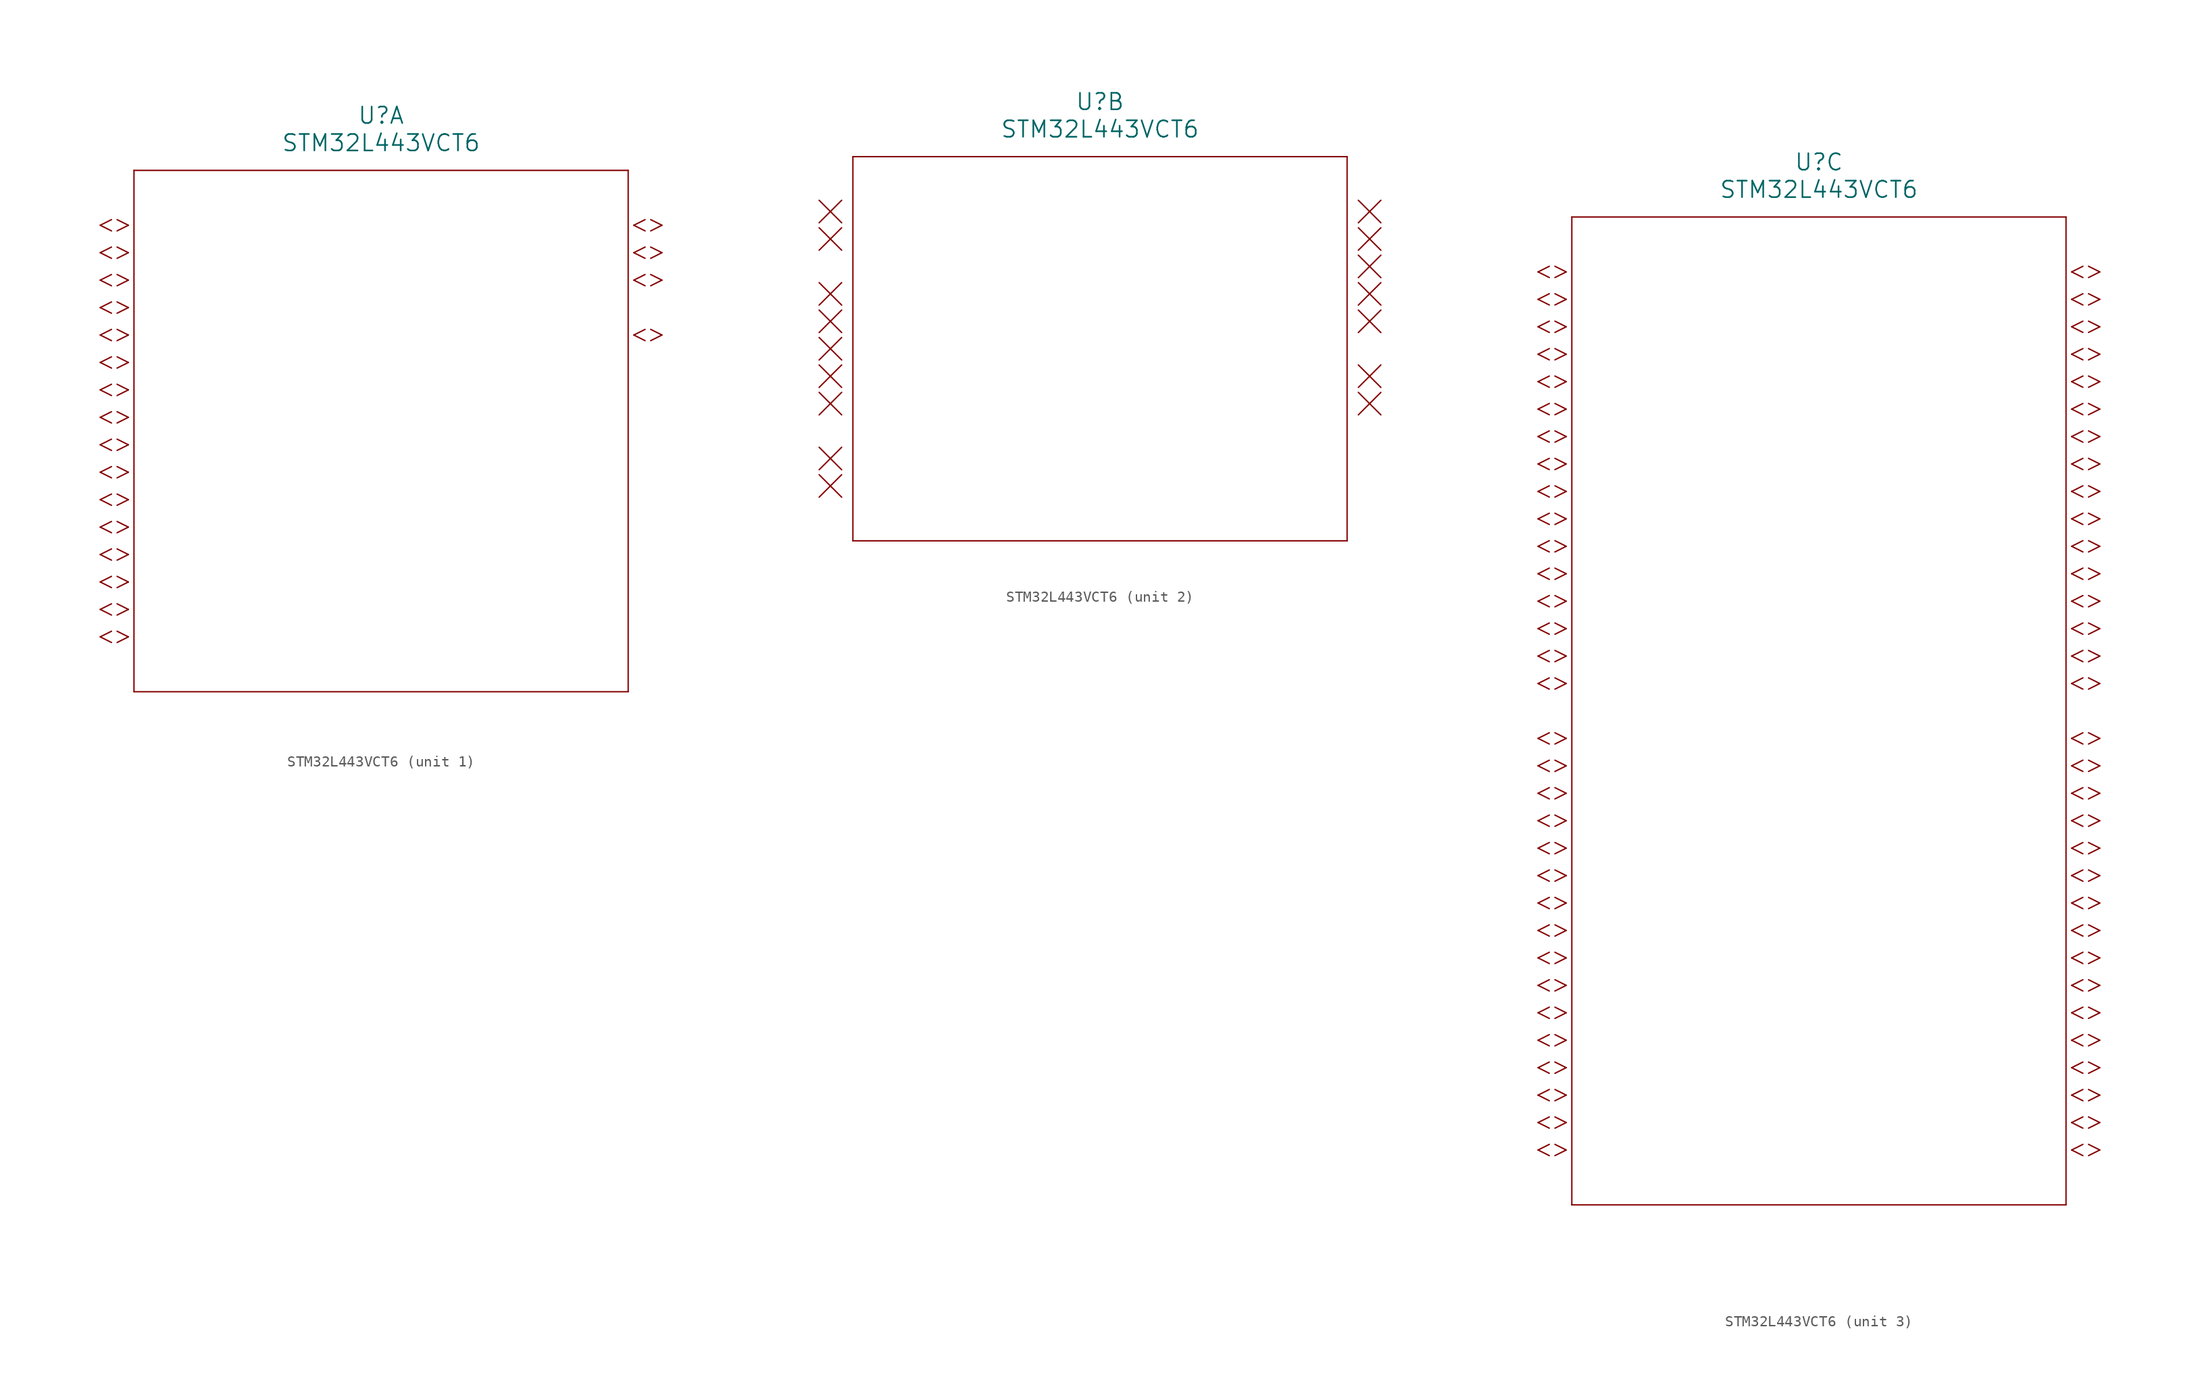
<source format=kicad_sym>
(kicad_symbol_lib
  (version 20220914)
  (generator kicad_symbol_editor)
  (symbol "STM32L443VCT6"
    (pin_names
      (offset 0.254))
    (property "Reference" "U"
      (at 30.48 10.16 0)
      (effects (font (size 1.524 1.524))))
    (property "Value" "STM32L443VCT6"
      (at 30.48 7.62 0)
      (effects (font (size 1.524 1.524))))
    (property "ki_locked" ""
      (at 0 0 0)
      (effects (font (size 1.27 1.27))))
    (symbol "STM32L443VCT6_1_1"
      (polyline (pts (xy 5.537 -38.621) (xy 4.496 -38.1)) (stroke (width 0.127) (type default)) (fill (type none)))
      (polyline (pts (xy 5.537 -37.579) (xy 4.496 -38.1)) (stroke (width 0.127) (type default)) (fill (type none)))
      (polyline (pts (xy 5.537 -36.081) (xy 4.496 -35.56)) (stroke (width 0.127) (type default)) (fill (type none)))
      (polyline (pts (xy 5.537 -35.039) (xy 4.496 -35.56)) (stroke (width 0.127) (type default)) (fill (type none)))
      (polyline (pts (xy 5.537 -33.541) (xy 4.496 -33.02)) (stroke (width 0.127) (type default)) (fill (type none)))
      (polyline (pts (xy 5.537 -32.499) (xy 4.496 -33.02)) (stroke (width 0.127) (type default)) (fill (type none)))
      (polyline (pts (xy 5.537 -31.001) (xy 4.496 -30.48)) (stroke (width 0.127) (type default)) (fill (type none)))
      (polyline (pts (xy 5.537 -29.959) (xy 4.496 -30.48)) (stroke (width 0.127) (type default)) (fill (type none)))
      (polyline (pts (xy 5.537 -28.461) (xy 4.496 -27.94)) (stroke (width 0.127) (type default)) (fill (type none)))
      (polyline (pts (xy 5.537 -27.419) (xy 4.496 -27.94)) (stroke (width 0.127) (type default)) (fill (type none)))
      (polyline (pts (xy 5.537 -25.921) (xy 4.496 -25.4)) (stroke (width 0.127) (type default)) (fill (type none)))
      (polyline (pts (xy 5.537 -24.879) (xy 4.496 -25.4)) (stroke (width 0.127) (type default)) (fill (type none)))
      (polyline (pts (xy 5.537 -23.381) (xy 4.496 -22.86)) (stroke (width 0.127) (type default)) (fill (type none)))
      (polyline (pts (xy 5.537 -22.339) (xy 4.496 -22.86)) (stroke (width 0.127) (type default)) (fill (type none)))
      (polyline (pts (xy 5.537 -20.841) (xy 4.496 -20.32)) (stroke (width 0.127) (type default)) (fill (type none)))
      (polyline (pts (xy 5.537 -19.799) (xy 4.496 -20.32)) (stroke (width 0.127) (type default)) (fill (type none)))
      (polyline (pts (xy 5.537 -18.301) (xy 4.496 -17.78)) (stroke (width 0.127) (type default)) (fill (type none)))
      (polyline (pts (xy 5.537 -17.259) (xy 4.496 -17.78)) (stroke (width 0.127) (type default)) (fill (type none)))
      (polyline (pts (xy 5.537 -15.761) (xy 4.496 -15.24)) (stroke (width 0.127) (type default)) (fill (type none)))
      (polyline (pts (xy 5.537 -14.719) (xy 4.496 -15.24)) (stroke (width 0.127) (type default)) (fill (type none)))
      (polyline (pts (xy 5.537 -13.221) (xy 4.496 -12.7)) (stroke (width 0.127) (type default)) (fill (type none)))
      (polyline (pts (xy 5.537 -12.179) (xy 4.496 -12.7)) (stroke (width 0.127) (type default)) (fill (type none)))
      (polyline (pts (xy 5.537 -10.681) (xy 4.496 -10.16)) (stroke (width 0.127) (type default)) (fill (type none)))
      (polyline (pts (xy 5.537 -9.639) (xy 4.496 -10.16)) (stroke (width 0.127) (type default)) (fill (type none)))
      (polyline (pts (xy 5.537 -8.141) (xy 4.496 -7.62)) (stroke (width 0.127) (type default)) (fill (type none)))
      (polyline (pts (xy 5.537 -7.099) (xy 4.496 -7.62)) (stroke (width 0.127) (type default)) (fill (type none)))
      (polyline (pts (xy 5.537 -5.601) (xy 4.496 -5.08)) (stroke (width 0.127) (type default)) (fill (type none)))
      (polyline (pts (xy 5.537 -4.559) (xy 4.496 -5.08)) (stroke (width 0.127) (type default)) (fill (type none)))
      (polyline (pts (xy 5.537 -3.061) (xy 4.496 -2.54)) (stroke (width 0.127) (type default)) (fill (type none)))
      (polyline (pts (xy 5.537 -2.019) (xy 4.496 -2.54)) (stroke (width 0.127) (type default)) (fill (type none)))
      (polyline (pts (xy 5.537 -0.521) (xy 4.496 0)) (stroke (width 0.127) (type default)) (fill (type none)))
      (polyline (pts (xy 5.537 0.521) (xy 4.496 0)) (stroke (width 0.127) (type default)) (fill (type none)))
      (polyline (pts (xy 7.099 -38.1) (xy 6.058 -38.621)) (stroke (width 0.127) (type default)) (fill (type none)))
      (polyline (pts (xy 7.099 -38.1) (xy 6.058 -37.579)) (stroke (width 0.127) (type default)) (fill (type none)))
      (polyline (pts (xy 7.099 -35.56) (xy 6.058 -36.081)) (stroke (width 0.127) (type default)) (fill (type none)))
      (polyline (pts (xy 7.099 -35.56) (xy 6.058 -35.039)) (stroke (width 0.127) (type default)) (fill (type none)))
      (polyline (pts (xy 7.099 -33.02) (xy 6.058 -33.541)) (stroke (width 0.127) (type default)) (fill (type none)))
      (polyline (pts (xy 7.099 -33.02) (xy 6.058 -32.499)) (stroke (width 0.127) (type default)) (fill (type none)))
      (polyline (pts (xy 7.099 -30.48) (xy 6.058 -31.001)) (stroke (width 0.127) (type default)) (fill (type none)))
      (polyline (pts (xy 7.099 -30.48) (xy 6.058 -29.959)) (stroke (width 0.127) (type default)) (fill (type none)))
      (polyline (pts (xy 7.099 -27.94) (xy 6.058 -28.461)) (stroke (width 0.127) (type default)) (fill (type none)))
      (polyline (pts (xy 7.099 -27.94) (xy 6.058 -27.419)) (stroke (width 0.127) (type default)) (fill (type none)))
      (polyline (pts (xy 7.099 -25.4) (xy 6.058 -25.921)) (stroke (width 0.127) (type default)) (fill (type none)))
      (polyline (pts (xy 7.099 -25.4) (xy 6.058 -24.879)) (stroke (width 0.127) (type default)) (fill (type none)))
      (polyline (pts (xy 7.099 -22.86) (xy 6.058 -23.381)) (stroke (width 0.127) (type default)) (fill (type none)))
      (polyline (pts (xy 7.099 -22.86) (xy 6.058 -22.339)) (stroke (width 0.127) (type default)) (fill (type none)))
      (polyline (pts (xy 7.099 -20.32) (xy 6.058 -20.841)) (stroke (width 0.127) (type default)) (fill (type none)))
      (polyline (pts (xy 7.099 -20.32) (xy 6.058 -19.799)) (stroke (width 0.127) (type default)) (fill (type none)))
      (polyline (pts (xy 7.099 -17.78) (xy 6.058 -18.301)) (stroke (width 0.127) (type default)) (fill (type none)))
      (polyline (pts (xy 7.099 -17.78) (xy 6.058 -17.259)) (stroke (width 0.127) (type default)) (fill (type none)))
      (polyline (pts (xy 7.099 -15.24) (xy 6.058 -15.761)) (stroke (width 0.127) (type default)) (fill (type none)))
      (polyline (pts (xy 7.099 -15.24) (xy 6.058 -14.719)) (stroke (width 0.127) (type default)) (fill (type none)))
      (polyline (pts (xy 7.099 -12.7) (xy 6.058 -13.221)) (stroke (width 0.127) (type default)) (fill (type none)))
      (polyline (pts (xy 7.099 -12.7) (xy 6.058 -12.179)) (stroke (width 0.127) (type default)) (fill (type none)))
      (polyline (pts (xy 7.099 -10.16) (xy 6.058 -10.681)) (stroke (width 0.127) (type default)) (fill (type none)))
      (polyline (pts (xy 7.099 -10.16) (xy 6.058 -9.639)) (stroke (width 0.127) (type default)) (fill (type none)))
      (polyline (pts (xy 7.099 -7.62) (xy 6.058 -8.141)) (stroke (width 0.127) (type default)) (fill (type none)))
      (polyline (pts (xy 7.099 -7.62) (xy 6.058 -7.099)) (stroke (width 0.127) (type default)) (fill (type none)))
      (polyline (pts (xy 7.099 -5.08) (xy 6.058 -5.601)) (stroke (width 0.127) (type default)) (fill (type none)))
      (polyline (pts (xy 7.099 -5.08) (xy 6.058 -4.559)) (stroke (width 0.127) (type default)) (fill (type none)))
      (polyline (pts (xy 7.099 -2.54) (xy 6.058 -3.061)) (stroke (width 0.127) (type default)) (fill (type none)))
      (polyline (pts (xy 7.099 -2.54) (xy 6.058 -2.019)) (stroke (width 0.127) (type default)) (fill (type none)))
      (polyline (pts (xy 7.099 0) (xy 6.058 -0.521)) (stroke (width 0.127) (type default)) (fill (type none)))
      (polyline (pts (xy 7.099 0) (xy 6.058 0.521)) (stroke (width 0.127) (type default)) (fill (type none)))
      (polyline (pts (xy 7.62 -43.18) (xy 53.34 -43.18)) (stroke (width 0.127) (type default)) (fill (type none)))
      (polyline (pts (xy 7.62 5.08) (xy 7.62 -43.18)) (stroke (width 0.127) (type default)) (fill (type none)))
      (polyline (pts (xy 53.34 -43.18) (xy 53.34 5.08)) (stroke (width 0.127) (type default)) (fill (type none)))
      (polyline (pts (xy 53.34 5.08) (xy 7.62 5.08)) (stroke (width 0.127) (type default)) (fill (type none)))
      (polyline (pts (xy 53.861 -10.16) (xy 54.902 -10.681)) (stroke (width 0.127) (type default)) (fill (type none)))
      (polyline (pts (xy 53.861 -10.16) (xy 54.902 -9.639)) (stroke (width 0.127) (type default)) (fill (type none)))
      (polyline (pts (xy 53.861 -5.08) (xy 54.902 -5.601)) (stroke (width 0.127) (type default)) (fill (type none)))
      (polyline (pts (xy 53.861 -5.08) (xy 54.902 -4.559)) (stroke (width 0.127) (type default)) (fill (type none)))
      (polyline (pts (xy 53.861 -2.54) (xy 54.902 -3.061)) (stroke (width 0.127) (type default)) (fill (type none)))
      (polyline (pts (xy 53.861 -2.54) (xy 54.902 -2.019)) (stroke (width 0.127) (type default)) (fill (type none)))
      (polyline (pts (xy 53.861 0) (xy 54.902 -0.521)) (stroke (width 0.127) (type default)) (fill (type none)))
      (polyline (pts (xy 53.861 0) (xy 54.902 0.521)) (stroke (width 0.127) (type default)) (fill (type none)))
      (polyline (pts (xy 55.423 -10.681) (xy 56.464 -10.16)) (stroke (width 0.127) (type default)) (fill (type none)))
      (polyline (pts (xy 55.423 -9.639) (xy 56.464 -10.16)) (stroke (width 0.127) (type default)) (fill (type none)))
      (polyline (pts (xy 55.423 -5.601) (xy 56.464 -5.08)) (stroke (width 0.127) (type default)) (fill (type none)))
      (polyline (pts (xy 55.423 -4.559) (xy 56.464 -5.08)) (stroke (width 0.127) (type default)) (fill (type none)))
      (polyline (pts (xy 55.423 -3.061) (xy 56.464 -2.54)) (stroke (width 0.127) (type default)) (fill (type none)))
      (polyline (pts (xy 55.423 -2.019) (xy 56.464 -2.54)) (stroke (width 0.127) (type default)) (fill (type none)))
      (polyline (pts (xy 55.423 -0.521) (xy 56.464 0)) (stroke (width 0.127) (type default)) (fill (type none)))
      (polyline (pts (xy 55.423 0.521) (xy 56.464 0)) (stroke (width 0.127) (type default)) (fill (type none))))
    (symbol "STM32L443VCT6_2_1"
      (polyline (pts (xy 4.496 -24.359) (xy 6.579 -26.441)) (stroke (width 0.127) (type default)) (fill (type none)))
      (polyline (pts (xy 4.496 -21.819) (xy 6.579 -23.901)) (stroke (width 0.127) (type default)) (fill (type none)))
      (polyline (pts (xy 4.496 -16.739) (xy 6.579 -18.821)) (stroke (width 0.127) (type default)) (fill (type none)))
      (polyline (pts (xy 4.496 -14.199) (xy 6.579 -16.281)) (stroke (width 0.127) (type default)) (fill (type none)))
      (polyline (pts (xy 4.496 -11.659) (xy 6.579 -13.741)) (stroke (width 0.127) (type default)) (fill (type none)))
      (polyline (pts (xy 4.496 -9.119) (xy 6.579 -11.201)) (stroke (width 0.127) (type default)) (fill (type none)))
      (polyline (pts (xy 4.496 -6.579) (xy 6.579 -8.661)) (stroke (width 0.127) (type default)) (fill (type none)))
      (polyline (pts (xy 4.496 -1.499) (xy 6.579 -3.581)) (stroke (width 0.127) (type default)) (fill (type none)))
      (polyline (pts (xy 4.496 1.041) (xy 6.579 -1.041)) (stroke (width 0.127) (type default)) (fill (type none)))
      (polyline (pts (xy 6.579 -24.359) (xy 4.496 -26.441)) (stroke (width 0.127) (type default)) (fill (type none)))
      (polyline (pts (xy 6.579 -21.819) (xy 4.496 -23.901)) (stroke (width 0.127) (type default)) (fill (type none)))
      (polyline (pts (xy 6.579 -16.739) (xy 4.496 -18.821)) (stroke (width 0.127) (type default)) (fill (type none)))
      (polyline (pts (xy 6.579 -14.199) (xy 4.496 -16.281)) (stroke (width 0.127) (type default)) (fill (type none)))
      (polyline (pts (xy 6.579 -11.659) (xy 4.496 -13.741)) (stroke (width 0.127) (type default)) (fill (type none)))
      (polyline (pts (xy 6.579 -9.119) (xy 4.496 -11.201)) (stroke (width 0.127) (type default)) (fill (type none)))
      (polyline (pts (xy 6.579 -6.579) (xy 4.496 -8.661)) (stroke (width 0.127) (type default)) (fill (type none)))
      (polyline (pts (xy 6.579 -1.499) (xy 4.496 -3.581)) (stroke (width 0.127) (type default)) (fill (type none)))
      (polyline (pts (xy 6.579 1.041) (xy 4.496 -1.041)) (stroke (width 0.127) (type default)) (fill (type none)))
      (polyline (pts (xy 7.62 -30.48) (xy 53.34 -30.48)) (stroke (width 0.127) (type default)) (fill (type none)))
      (polyline (pts (xy 7.62 5.08) (xy 7.62 -30.48)) (stroke (width 0.127) (type default)) (fill (type none)))
      (polyline (pts (xy 53.34 -30.48) (xy 53.34 5.08)) (stroke (width 0.127) (type default)) (fill (type none)))
      (polyline (pts (xy 53.34 5.08) (xy 7.62 5.08)) (stroke (width 0.127) (type default)) (fill (type none)))
      (polyline (pts (xy 54.381 -18.821) (xy 56.464 -16.739)) (stroke (width 0.127) (type default)) (fill (type none)))
      (polyline (pts (xy 54.381 -16.281) (xy 56.464 -14.199)) (stroke (width 0.127) (type default)) (fill (type none)))
      (polyline (pts (xy 54.381 -11.201) (xy 56.464 -9.119)) (stroke (width 0.127) (type default)) (fill (type none)))
      (polyline (pts (xy 54.381 -8.661) (xy 56.464 -6.579)) (stroke (width 0.127) (type default)) (fill (type none)))
      (polyline (pts (xy 54.381 -6.121) (xy 56.464 -4.039)) (stroke (width 0.127) (type default)) (fill (type none)))
      (polyline (pts (xy 54.381 -3.581) (xy 56.464 -1.499)) (stroke (width 0.127) (type default)) (fill (type none)))
      (polyline (pts (xy 54.381 -1.041) (xy 56.464 1.041)) (stroke (width 0.127) (type default)) (fill (type none)))
      (polyline (pts (xy 56.464 -18.821) (xy 54.381 -16.739)) (stroke (width 0.127) (type default)) (fill (type none)))
      (polyline (pts (xy 56.464 -16.281) (xy 54.381 -14.199)) (stroke (width 0.127) (type default)) (fill (type none)))
      (polyline (pts (xy 56.464 -11.201) (xy 54.381 -9.119)) (stroke (width 0.127) (type default)) (fill (type none)))
      (polyline (pts (xy 56.464 -8.661) (xy 54.381 -6.579)) (stroke (width 0.127) (type default)) (fill (type none)))
      (polyline (pts (xy 56.464 -6.121) (xy 54.381 -4.039)) (stroke (width 0.127) (type default)) (fill (type none)))
      (polyline (pts (xy 56.464 -3.581) (xy 54.381 -1.499)) (stroke (width 0.127) (type default)) (fill (type none)))
      (polyline (pts (xy 56.464 -1.041) (xy 54.381 1.041)) (stroke (width 0.127) (type default)) (fill (type none))))
    (symbol "STM32L443VCT6_3_1"
      (polyline (pts (xy 5.537 -81.801) (xy 4.496 -81.28)) (stroke (width 0.127) (type default)) (fill (type none)))
      (polyline (pts (xy 5.537 -80.759) (xy 4.496 -81.28)) (stroke (width 0.127) (type default)) (fill (type none)))
      (polyline (pts (xy 5.537 -79.261) (xy 4.496 -78.74)) (stroke (width 0.127) (type default)) (fill (type none)))
      (polyline (pts (xy 5.537 -78.219) (xy 4.496 -78.74)) (stroke (width 0.127) (type default)) (fill (type none)))
      (polyline (pts (xy 5.537 -76.721) (xy 4.496 -76.2)) (stroke (width 0.127) (type default)) (fill (type none)))
      (polyline (pts (xy 5.537 -75.679) (xy 4.496 -76.2)) (stroke (width 0.127) (type default)) (fill (type none)))
      (polyline (pts (xy 5.537 -74.181) (xy 4.496 -73.66)) (stroke (width 0.127) (type default)) (fill (type none)))
      (polyline (pts (xy 5.537 -73.139) (xy 4.496 -73.66)) (stroke (width 0.127) (type default)) (fill (type none)))
      (polyline (pts (xy 5.537 -71.641) (xy 4.496 -71.12)) (stroke (width 0.127) (type default)) (fill (type none)))
      (polyline (pts (xy 5.537 -70.599) (xy 4.496 -71.12)) (stroke (width 0.127) (type default)) (fill (type none)))
      (polyline (pts (xy 5.537 -69.101) (xy 4.496 -68.58)) (stroke (width 0.127) (type default)) (fill (type none)))
      (polyline (pts (xy 5.537 -68.059) (xy 4.496 -68.58)) (stroke (width 0.127) (type default)) (fill (type none)))
      (polyline (pts (xy 5.537 -66.561) (xy 4.496 -66.04)) (stroke (width 0.127) (type default)) (fill (type none)))
      (polyline (pts (xy 5.537 -65.519) (xy 4.496 -66.04)) (stroke (width 0.127) (type default)) (fill (type none)))
      (polyline (pts (xy 5.537 -64.021) (xy 4.496 -63.5)) (stroke (width 0.127) (type default)) (fill (type none)))
      (polyline (pts (xy 5.537 -62.979) (xy 4.496 -63.5)) (stroke (width 0.127) (type default)) (fill (type none)))
      (polyline (pts (xy 5.537 -61.481) (xy 4.496 -60.96)) (stroke (width 0.127) (type default)) (fill (type none)))
      (polyline (pts (xy 5.537 -60.439) (xy 4.496 -60.96)) (stroke (width 0.127) (type default)) (fill (type none)))
      (polyline (pts (xy 5.537 -58.941) (xy 4.496 -58.42)) (stroke (width 0.127) (type default)) (fill (type none)))
      (polyline (pts (xy 5.537 -57.899) (xy 4.496 -58.42)) (stroke (width 0.127) (type default)) (fill (type none)))
      (polyline (pts (xy 5.537 -56.401) (xy 4.496 -55.88)) (stroke (width 0.127) (type default)) (fill (type none)))
      (polyline (pts (xy 5.537 -55.359) (xy 4.496 -55.88)) (stroke (width 0.127) (type default)) (fill (type none)))
      (polyline (pts (xy 5.537 -53.861) (xy 4.496 -53.34)) (stroke (width 0.127) (type default)) (fill (type none)))
      (polyline (pts (xy 5.537 -52.819) (xy 4.496 -53.34)) (stroke (width 0.127) (type default)) (fill (type none)))
      (polyline (pts (xy 5.537 -51.321) (xy 4.496 -50.8)) (stroke (width 0.127) (type default)) (fill (type none)))
      (polyline (pts (xy 5.537 -50.279) (xy 4.496 -50.8)) (stroke (width 0.127) (type default)) (fill (type none)))
      (polyline (pts (xy 5.537 -48.781) (xy 4.496 -48.26)) (stroke (width 0.127) (type default)) (fill (type none)))
      (polyline (pts (xy 5.537 -47.739) (xy 4.496 -48.26)) (stroke (width 0.127) (type default)) (fill (type none)))
      (polyline (pts (xy 5.537 -46.241) (xy 4.496 -45.72)) (stroke (width 0.127) (type default)) (fill (type none)))
      (polyline (pts (xy 5.537 -45.199) (xy 4.496 -45.72)) (stroke (width 0.127) (type default)) (fill (type none)))
      (polyline (pts (xy 5.537 -43.701) (xy 4.496 -43.18)) (stroke (width 0.127) (type default)) (fill (type none)))
      (polyline (pts (xy 5.537 -42.659) (xy 4.496 -43.18)) (stroke (width 0.127) (type default)) (fill (type none)))
      (polyline (pts (xy 5.537 -38.621) (xy 4.496 -38.1)) (stroke (width 0.127) (type default)) (fill (type none)))
      (polyline (pts (xy 5.537 -37.579) (xy 4.496 -38.1)) (stroke (width 0.127) (type default)) (fill (type none)))
      (polyline (pts (xy 5.537 -36.081) (xy 4.496 -35.56)) (stroke (width 0.127) (type default)) (fill (type none)))
      (polyline (pts (xy 5.537 -35.039) (xy 4.496 -35.56)) (stroke (width 0.127) (type default)) (fill (type none)))
      (polyline (pts (xy 5.537 -33.541) (xy 4.496 -33.02)) (stroke (width 0.127) (type default)) (fill (type none)))
      (polyline (pts (xy 5.537 -32.499) (xy 4.496 -33.02)) (stroke (width 0.127) (type default)) (fill (type none)))
      (polyline (pts (xy 5.537 -31.001) (xy 4.496 -30.48)) (stroke (width 0.127) (type default)) (fill (type none)))
      (polyline (pts (xy 5.537 -29.959) (xy 4.496 -30.48)) (stroke (width 0.127) (type default)) (fill (type none)))
      (polyline (pts (xy 5.537 -28.461) (xy 4.496 -27.94)) (stroke (width 0.127) (type default)) (fill (type none)))
      (polyline (pts (xy 5.537 -27.419) (xy 4.496 -27.94)) (stroke (width 0.127) (type default)) (fill (type none)))
      (polyline (pts (xy 5.537 -25.921) (xy 4.496 -25.4)) (stroke (width 0.127) (type default)) (fill (type none)))
      (polyline (pts (xy 5.537 -24.879) (xy 4.496 -25.4)) (stroke (width 0.127) (type default)) (fill (type none)))
      (polyline (pts (xy 5.537 -23.381) (xy 4.496 -22.86)) (stroke (width 0.127) (type default)) (fill (type none)))
      (polyline (pts (xy 5.537 -22.339) (xy 4.496 -22.86)) (stroke (width 0.127) (type default)) (fill (type none)))
      (polyline (pts (xy 5.537 -20.841) (xy 4.496 -20.32)) (stroke (width 0.127) (type default)) (fill (type none)))
      (polyline (pts (xy 5.537 -19.799) (xy 4.496 -20.32)) (stroke (width 0.127) (type default)) (fill (type none)))
      (polyline (pts (xy 5.537 -18.301) (xy 4.496 -17.78)) (stroke (width 0.127) (type default)) (fill (type none)))
      (polyline (pts (xy 5.537 -17.259) (xy 4.496 -17.78)) (stroke (width 0.127) (type default)) (fill (type none)))
      (polyline (pts (xy 5.537 -15.761) (xy 4.496 -15.24)) (stroke (width 0.127) (type default)) (fill (type none)))
      (polyline (pts (xy 5.537 -14.719) (xy 4.496 -15.24)) (stroke (width 0.127) (type default)) (fill (type none)))
      (polyline (pts (xy 5.537 -13.221) (xy 4.496 -12.7)) (stroke (width 0.127) (type default)) (fill (type none)))
      (polyline (pts (xy 5.537 -12.179) (xy 4.496 -12.7)) (stroke (width 0.127) (type default)) (fill (type none)))
      (polyline (pts (xy 5.537 -10.681) (xy 4.496 -10.16)) (stroke (width 0.127) (type default)) (fill (type none)))
      (polyline (pts (xy 5.537 -9.639) (xy 4.496 -10.16)) (stroke (width 0.127) (type default)) (fill (type none)))
      (polyline (pts (xy 5.537 -8.141) (xy 4.496 -7.62)) (stroke (width 0.127) (type default)) (fill (type none)))
      (polyline (pts (xy 5.537 -7.099) (xy 4.496 -7.62)) (stroke (width 0.127) (type default)) (fill (type none)))
      (polyline (pts (xy 5.537 -5.601) (xy 4.496 -5.08)) (stroke (width 0.127) (type default)) (fill (type none)))
      (polyline (pts (xy 5.537 -4.559) (xy 4.496 -5.08)) (stroke (width 0.127) (type default)) (fill (type none)))
      (polyline (pts (xy 5.537 -3.061) (xy 4.496 -2.54)) (stroke (width 0.127) (type default)) (fill (type none)))
      (polyline (pts (xy 5.537 -2.019) (xy 4.496 -2.54)) (stroke (width 0.127) (type default)) (fill (type none)))
      (polyline (pts (xy 5.537 -0.521) (xy 4.496 0)) (stroke (width 0.127) (type default)) (fill (type none)))
      (polyline (pts (xy 5.537 0.521) (xy 4.496 0)) (stroke (width 0.127) (type default)) (fill (type none)))
      (polyline (pts (xy 7.099 -81.28) (xy 6.058 -81.801)) (stroke (width 0.127) (type default)) (fill (type none)))
      (polyline (pts (xy 7.099 -81.28) (xy 6.058 -80.759)) (stroke (width 0.127) (type default)) (fill (type none)))
      (polyline (pts (xy 7.099 -78.74) (xy 6.058 -79.261)) (stroke (width 0.127) (type default)) (fill (type none)))
      (polyline (pts (xy 7.099 -78.74) (xy 6.058 -78.219)) (stroke (width 0.127) (type default)) (fill (type none)))
      (polyline (pts (xy 7.099 -76.2) (xy 6.058 -76.721)) (stroke (width 0.127) (type default)) (fill (type none)))
      (polyline (pts (xy 7.099 -76.2) (xy 6.058 -75.679)) (stroke (width 0.127) (type default)) (fill (type none)))
      (polyline (pts (xy 7.099 -73.66) (xy 6.058 -74.181)) (stroke (width 0.127) (type default)) (fill (type none)))
      (polyline (pts (xy 7.099 -73.66) (xy 6.058 -73.139)) (stroke (width 0.127) (type default)) (fill (type none)))
      (polyline (pts (xy 7.099 -71.12) (xy 6.058 -71.641)) (stroke (width 0.127) (type default)) (fill (type none)))
      (polyline (pts (xy 7.099 -71.12) (xy 6.058 -70.599)) (stroke (width 0.127) (type default)) (fill (type none)))
      (polyline (pts (xy 7.099 -68.58) (xy 6.058 -69.101)) (stroke (width 0.127) (type default)) (fill (type none)))
      (polyline (pts (xy 7.099 -68.58) (xy 6.058 -68.059)) (stroke (width 0.127) (type default)) (fill (type none)))
      (polyline (pts (xy 7.099 -66.04) (xy 6.058 -66.561)) (stroke (width 0.127) (type default)) (fill (type none)))
      (polyline (pts (xy 7.099 -66.04) (xy 6.058 -65.519)) (stroke (width 0.127) (type default)) (fill (type none)))
      (polyline (pts (xy 7.099 -63.5) (xy 6.058 -64.021)) (stroke (width 0.127) (type default)) (fill (type none)))
      (polyline (pts (xy 7.099 -63.5) (xy 6.058 -62.979)) (stroke (width 0.127) (type default)) (fill (type none)))
      (polyline (pts (xy 7.099 -60.96) (xy 6.058 -61.481)) (stroke (width 0.127) (type default)) (fill (type none)))
      (polyline (pts (xy 7.099 -60.96) (xy 6.058 -60.439)) (stroke (width 0.127) (type default)) (fill (type none)))
      (polyline (pts (xy 7.099 -58.42) (xy 6.058 -58.941)) (stroke (width 0.127) (type default)) (fill (type none)))
      (polyline (pts (xy 7.099 -58.42) (xy 6.058 -57.899)) (stroke (width 0.127) (type default)) (fill (type none)))
      (polyline (pts (xy 7.099 -55.88) (xy 6.058 -56.401)) (stroke (width 0.127) (type default)) (fill (type none)))
      (polyline (pts (xy 7.099 -55.88) (xy 6.058 -55.359)) (stroke (width 0.127) (type default)) (fill (type none)))
      (polyline (pts (xy 7.099 -53.34) (xy 6.058 -53.861)) (stroke (width 0.127) (type default)) (fill (type none)))
      (polyline (pts (xy 7.099 -53.34) (xy 6.058 -52.819)) (stroke (width 0.127) (type default)) (fill (type none)))
      (polyline (pts (xy 7.099 -50.8) (xy 6.058 -51.321)) (stroke (width 0.127) (type default)) (fill (type none)))
      (polyline (pts (xy 7.099 -50.8) (xy 6.058 -50.279)) (stroke (width 0.127) (type default)) (fill (type none)))
      (polyline (pts (xy 7.099 -48.26) (xy 6.058 -48.781)) (stroke (width 0.127) (type default)) (fill (type none)))
      (polyline (pts (xy 7.099 -48.26) (xy 6.058 -47.739)) (stroke (width 0.127) (type default)) (fill (type none)))
      (polyline (pts (xy 7.099 -45.72) (xy 6.058 -46.241)) (stroke (width 0.127) (type default)) (fill (type none)))
      (polyline (pts (xy 7.099 -45.72) (xy 6.058 -45.199)) (stroke (width 0.127) (type default)) (fill (type none)))
      (polyline (pts (xy 7.099 -43.18) (xy 6.058 -43.701)) (stroke (width 0.127) (type default)) (fill (type none)))
      (polyline (pts (xy 7.099 -43.18) (xy 6.058 -42.659)) (stroke (width 0.127) (type default)) (fill (type none)))
      (polyline (pts (xy 7.099 -38.1) (xy 6.058 -38.621)) (stroke (width 0.127) (type default)) (fill (type none)))
      (polyline (pts (xy 7.099 -38.1) (xy 6.058 -37.579)) (stroke (width 0.127) (type default)) (fill (type none)))
      (polyline (pts (xy 7.099 -35.56) (xy 6.058 -36.081)) (stroke (width 0.127) (type default)) (fill (type none)))
      (polyline (pts (xy 7.099 -35.56) (xy 6.058 -35.039)) (stroke (width 0.127) (type default)) (fill (type none)))
      (polyline (pts (xy 7.099 -33.02) (xy 6.058 -33.541)) (stroke (width 0.127) (type default)) (fill (type none)))
      (polyline (pts (xy 7.099 -33.02) (xy 6.058 -32.499)) (stroke (width 0.127) (type default)) (fill (type none)))
      (polyline (pts (xy 7.099 -30.48) (xy 6.058 -31.001)) (stroke (width 0.127) (type default)) (fill (type none)))
      (polyline (pts (xy 7.099 -30.48) (xy 6.058 -29.959)) (stroke (width 0.127) (type default)) (fill (type none)))
      (polyline (pts (xy 7.099 -27.94) (xy 6.058 -28.461)) (stroke (width 0.127) (type default)) (fill (type none)))
      (polyline (pts (xy 7.099 -27.94) (xy 6.058 -27.419)) (stroke (width 0.127) (type default)) (fill (type none)))
      (polyline (pts (xy 7.099 -25.4) (xy 6.058 -25.921)) (stroke (width 0.127) (type default)) (fill (type none)))
      (polyline (pts (xy 7.099 -25.4) (xy 6.058 -24.879)) (stroke (width 0.127) (type default)) (fill (type none)))
      (polyline (pts (xy 7.099 -22.86) (xy 6.058 -23.381)) (stroke (width 0.127) (type default)) (fill (type none)))
      (polyline (pts (xy 7.099 -22.86) (xy 6.058 -22.339)) (stroke (width 0.127) (type default)) (fill (type none)))
      (polyline (pts (xy 7.099 -20.32) (xy 6.058 -20.841)) (stroke (width 0.127) (type default)) (fill (type none)))
      (polyline (pts (xy 7.099 -20.32) (xy 6.058 -19.799)) (stroke (width 0.127) (type default)) (fill (type none)))
      (polyline (pts (xy 7.099 -17.78) (xy 6.058 -18.301)) (stroke (width 0.127) (type default)) (fill (type none)))
      (polyline (pts (xy 7.099 -17.78) (xy 6.058 -17.259)) (stroke (width 0.127) (type default)) (fill (type none)))
      (polyline (pts (xy 7.099 -15.24) (xy 6.058 -15.761)) (stroke (width 0.127) (type default)) (fill (type none)))
      (polyline (pts (xy 7.099 -15.24) (xy 6.058 -14.719)) (stroke (width 0.127) (type default)) (fill (type none)))
      (polyline (pts (xy 7.099 -12.7) (xy 6.058 -13.221)) (stroke (width 0.127) (type default)) (fill (type none)))
      (polyline (pts (xy 7.099 -12.7) (xy 6.058 -12.179)) (stroke (width 0.127) (type default)) (fill (type none)))
      (polyline (pts (xy 7.099 -10.16) (xy 6.058 -10.681)) (stroke (width 0.127) (type default)) (fill (type none)))
      (polyline (pts (xy 7.099 -10.16) (xy 6.058 -9.639)) (stroke (width 0.127) (type default)) (fill (type none)))
      (polyline (pts (xy 7.099 -7.62) (xy 6.058 -8.141)) (stroke (width 0.127) (type default)) (fill (type none)))
      (polyline (pts (xy 7.099 -7.62) (xy 6.058 -7.099)) (stroke (width 0.127) (type default)) (fill (type none)))
      (polyline (pts (xy 7.099 -5.08) (xy 6.058 -5.601)) (stroke (width 0.127) (type default)) (fill (type none)))
      (polyline (pts (xy 7.099 -5.08) (xy 6.058 -4.559)) (stroke (width 0.127) (type default)) (fill (type none)))
      (polyline (pts (xy 7.099 -2.54) (xy 6.058 -3.061)) (stroke (width 0.127) (type default)) (fill (type none)))
      (polyline (pts (xy 7.099 -2.54) (xy 6.058 -2.019)) (stroke (width 0.127) (type default)) (fill (type none)))
      (polyline (pts (xy 7.099 0) (xy 6.058 -0.521)) (stroke (width 0.127) (type default)) (fill (type none)))
      (polyline (pts (xy 7.099 0) (xy 6.058 0.521)) (stroke (width 0.127) (type default)) (fill (type none)))
      (polyline (pts (xy 7.62 -86.36) (xy 53.34 -86.36)) (stroke (width 0.127) (type default)) (fill (type none)))
      (polyline (pts (xy 7.62 5.08) (xy 7.62 -86.36)) (stroke (width 0.127) (type default)) (fill (type none)))
      (polyline (pts (xy 53.34 -86.36) (xy 53.34 5.08)) (stroke (width 0.127) (type default)) (fill (type none)))
      (polyline (pts (xy 53.34 5.08) (xy 7.62 5.08)) (stroke (width 0.127) (type default)) (fill (type none)))
      (polyline (pts (xy 53.861 -81.28) (xy 54.902 -81.801)) (stroke (width 0.127) (type default)) (fill (type none)))
      (polyline (pts (xy 53.861 -81.28) (xy 54.902 -80.759)) (stroke (width 0.127) (type default)) (fill (type none)))
      (polyline (pts (xy 53.861 -78.74) (xy 54.902 -79.261)) (stroke (width 0.127) (type default)) (fill (type none)))
      (polyline (pts (xy 53.861 -78.74) (xy 54.902 -78.219)) (stroke (width 0.127) (type default)) (fill (type none)))
      (polyline (pts (xy 53.861 -76.2) (xy 54.902 -76.721)) (stroke (width 0.127) (type default)) (fill (type none)))
      (polyline (pts (xy 53.861 -76.2) (xy 54.902 -75.679)) (stroke (width 0.127) (type default)) (fill (type none)))
      (polyline (pts (xy 53.861 -73.66) (xy 54.902 -74.181)) (stroke (width 0.127) (type default)) (fill (type none)))
      (polyline (pts (xy 53.861 -73.66) (xy 54.902 -73.139)) (stroke (width 0.127) (type default)) (fill (type none)))
      (polyline (pts (xy 53.861 -71.12) (xy 54.902 -71.641)) (stroke (width 0.127) (type default)) (fill (type none)))
      (polyline (pts (xy 53.861 -71.12) (xy 54.902 -70.599)) (stroke (width 0.127) (type default)) (fill (type none)))
      (polyline (pts (xy 53.861 -68.58) (xy 54.902 -69.101)) (stroke (width 0.127) (type default)) (fill (type none)))
      (polyline (pts (xy 53.861 -68.58) (xy 54.902 -68.059)) (stroke (width 0.127) (type default)) (fill (type none)))
      (polyline (pts (xy 53.861 -66.04) (xy 54.902 -66.561)) (stroke (width 0.127) (type default)) (fill (type none)))
      (polyline (pts (xy 53.861 -66.04) (xy 54.902 -65.519)) (stroke (width 0.127) (type default)) (fill (type none)))
      (polyline (pts (xy 53.861 -63.5) (xy 54.902 -64.021)) (stroke (width 0.127) (type default)) (fill (type none)))
      (polyline (pts (xy 53.861 -63.5) (xy 54.902 -62.979)) (stroke (width 0.127) (type default)) (fill (type none)))
      (polyline (pts (xy 53.861 -60.96) (xy 54.902 -61.481)) (stroke (width 0.127) (type default)) (fill (type none)))
      (polyline (pts (xy 53.861 -60.96) (xy 54.902 -60.439)) (stroke (width 0.127) (type default)) (fill (type none)))
      (polyline (pts (xy 53.861 -58.42) (xy 54.902 -58.941)) (stroke (width 0.127) (type default)) (fill (type none)))
      (polyline (pts (xy 53.861 -58.42) (xy 54.902 -57.899)) (stroke (width 0.127) (type default)) (fill (type none)))
      (polyline (pts (xy 53.861 -55.88) (xy 54.902 -56.401)) (stroke (width 0.127) (type default)) (fill (type none)))
      (polyline (pts (xy 53.861 -55.88) (xy 54.902 -55.359)) (stroke (width 0.127) (type default)) (fill (type none)))
      (polyline (pts (xy 53.861 -53.34) (xy 54.902 -53.861)) (stroke (width 0.127) (type default)) (fill (type none)))
      (polyline (pts (xy 53.861 -53.34) (xy 54.902 -52.819)) (stroke (width 0.127) (type default)) (fill (type none)))
      (polyline (pts (xy 53.861 -50.8) (xy 54.902 -51.321)) (stroke (width 0.127) (type default)) (fill (type none)))
      (polyline (pts (xy 53.861 -50.8) (xy 54.902 -50.279)) (stroke (width 0.127) (type default)) (fill (type none)))
      (polyline (pts (xy 53.861 -48.26) (xy 54.902 -48.781)) (stroke (width 0.127) (type default)) (fill (type none)))
      (polyline (pts (xy 53.861 -48.26) (xy 54.902 -47.739)) (stroke (width 0.127) (type default)) (fill (type none)))
      (polyline (pts (xy 53.861 -45.72) (xy 54.902 -46.241)) (stroke (width 0.127) (type default)) (fill (type none)))
      (polyline (pts (xy 53.861 -45.72) (xy 54.902 -45.199)) (stroke (width 0.127) (type default)) (fill (type none)))
      (polyline (pts (xy 53.861 -43.18) (xy 54.902 -43.701)) (stroke (width 0.127) (type default)) (fill (type none)))
      (polyline (pts (xy 53.861 -43.18) (xy 54.902 -42.659)) (stroke (width 0.127) (type default)) (fill (type none)))
      (polyline (pts (xy 53.861 -38.1) (xy 54.902 -38.621)) (stroke (width 0.127) (type default)) (fill (type none)))
      (polyline (pts (xy 53.861 -38.1) (xy 54.902 -37.579)) (stroke (width 0.127) (type default)) (fill (type none)))
      (polyline (pts (xy 53.861 -35.56) (xy 54.902 -36.081)) (stroke (width 0.127) (type default)) (fill (type none)))
      (polyline (pts (xy 53.861 -35.56) (xy 54.902 -35.039)) (stroke (width 0.127) (type default)) (fill (type none)))
      (polyline (pts (xy 53.861 -33.02) (xy 54.902 -33.541)) (stroke (width 0.127) (type default)) (fill (type none)))
      (polyline (pts (xy 53.861 -33.02) (xy 54.902 -32.499)) (stroke (width 0.127) (type default)) (fill (type none)))
      (polyline (pts (xy 53.861 -30.48) (xy 54.902 -31.001)) (stroke (width 0.127) (type default)) (fill (type none)))
      (polyline (pts (xy 53.861 -30.48) (xy 54.902 -29.959)) (stroke (width 0.127) (type default)) (fill (type none)))
      (polyline (pts (xy 53.861 -27.94) (xy 54.902 -28.461)) (stroke (width 0.127) (type default)) (fill (type none)))
      (polyline (pts (xy 53.861 -27.94) (xy 54.902 -27.419)) (stroke (width 0.127) (type default)) (fill (type none)))
      (polyline (pts (xy 53.861 -25.4) (xy 54.902 -25.921)) (stroke (width 0.127) (type default)) (fill (type none)))
      (polyline (pts (xy 53.861 -25.4) (xy 54.902 -24.879)) (stroke (width 0.127) (type default)) (fill (type none)))
      (polyline (pts (xy 53.861 -22.86) (xy 54.902 -23.381)) (stroke (width 0.127) (type default)) (fill (type none)))
      (polyline (pts (xy 53.861 -22.86) (xy 54.902 -22.339)) (stroke (width 0.127) (type default)) (fill (type none)))
      (polyline (pts (xy 53.861 -20.32) (xy 54.902 -20.841)) (stroke (width 0.127) (type default)) (fill (type none)))
      (polyline (pts (xy 53.861 -20.32) (xy 54.902 -19.799)) (stroke (width 0.127) (type default)) (fill (type none)))
      (polyline (pts (xy 53.861 -17.78) (xy 54.902 -18.301)) (stroke (width 0.127) (type default)) (fill (type none)))
      (polyline (pts (xy 53.861 -17.78) (xy 54.902 -17.259)) (stroke (width 0.127) (type default)) (fill (type none)))
      (polyline (pts (xy 53.861 -15.24) (xy 54.902 -15.761)) (stroke (width 0.127) (type default)) (fill (type none)))
      (polyline (pts (xy 53.861 -15.24) (xy 54.902 -14.719)) (stroke (width 0.127) (type default)) (fill (type none)))
      (polyline (pts (xy 53.861 -12.7) (xy 54.902 -13.221)) (stroke (width 0.127) (type default)) (fill (type none)))
      (polyline (pts (xy 53.861 -12.7) (xy 54.902 -12.179)) (stroke (width 0.127) (type default)) (fill (type none)))
      (polyline (pts (xy 53.861 -10.16) (xy 54.902 -10.681)) (stroke (width 0.127) (type default)) (fill (type none)))
      (polyline (pts (xy 53.861 -10.16) (xy 54.902 -9.639)) (stroke (width 0.127) (type default)) (fill (type none)))
      (polyline (pts (xy 53.861 -7.62) (xy 54.902 -8.141)) (stroke (width 0.127) (type default)) (fill (type none)))
      (polyline (pts (xy 53.861 -7.62) (xy 54.902 -7.099)) (stroke (width 0.127) (type default)) (fill (type none)))
      (polyline (pts (xy 53.861 -5.08) (xy 54.902 -5.601)) (stroke (width 0.127) (type default)) (fill (type none)))
      (polyline (pts (xy 53.861 -5.08) (xy 54.902 -4.559)) (stroke (width 0.127) (type default)) (fill (type none)))
      (polyline (pts (xy 53.861 -2.54) (xy 54.902 -3.061)) (stroke (width 0.127) (type default)) (fill (type none)))
      (polyline (pts (xy 53.861 -2.54) (xy 54.902 -2.019)) (stroke (width 0.127) (type default)) (fill (type none)))
      (polyline (pts (xy 53.861 0) (xy 54.902 -0.521)) (stroke (width 0.127) (type default)) (fill (type none)))
      (polyline (pts (xy 53.861 0) (xy 54.902 0.521)) (stroke (width 0.127) (type default)) (fill (type none)))
      (polyline (pts (xy 55.423 -81.801) (xy 56.464 -81.28)) (stroke (width 0.127) (type default)) (fill (type none)))
      (polyline (pts (xy 55.423 -80.759) (xy 56.464 -81.28)) (stroke (width 0.127) (type default)) (fill (type none)))
      (polyline (pts (xy 55.423 -79.261) (xy 56.464 -78.74)) (stroke (width 0.127) (type default)) (fill (type none)))
      (polyline (pts (xy 55.423 -78.219) (xy 56.464 -78.74)) (stroke (width 0.127) (type default)) (fill (type none)))
      (polyline (pts (xy 55.423 -76.721) (xy 56.464 -76.2)) (stroke (width 0.127) (type default)) (fill (type none)))
      (polyline (pts (xy 55.423 -75.679) (xy 56.464 -76.2)) (stroke (width 0.127) (type default)) (fill (type none)))
      (polyline (pts (xy 55.423 -74.181) (xy 56.464 -73.66)) (stroke (width 0.127) (type default)) (fill (type none)))
      (polyline (pts (xy 55.423 -73.139) (xy 56.464 -73.66)) (stroke (width 0.127) (type default)) (fill (type none)))
      (polyline (pts (xy 55.423 -71.641) (xy 56.464 -71.12)) (stroke (width 0.127) (type default)) (fill (type none)))
      (polyline (pts (xy 55.423 -70.599) (xy 56.464 -71.12)) (stroke (width 0.127) (type default)) (fill (type none)))
      (polyline (pts (xy 55.423 -69.101) (xy 56.464 -68.58)) (stroke (width 0.127) (type default)) (fill (type none)))
      (polyline (pts (xy 55.423 -68.059) (xy 56.464 -68.58)) (stroke (width 0.127) (type default)) (fill (type none)))
      (polyline (pts (xy 55.423 -66.561) (xy 56.464 -66.04)) (stroke (width 0.127) (type default)) (fill (type none)))
      (polyline (pts (xy 55.423 -65.519) (xy 56.464 -66.04)) (stroke (width 0.127) (type default)) (fill (type none)))
      (polyline (pts (xy 55.423 -64.021) (xy 56.464 -63.5)) (stroke (width 0.127) (type default)) (fill (type none)))
      (polyline (pts (xy 55.423 -62.979) (xy 56.464 -63.5)) (stroke (width 0.127) (type default)) (fill (type none)))
      (polyline (pts (xy 55.423 -61.481) (xy 56.464 -60.96)) (stroke (width 0.127) (type default)) (fill (type none)))
      (polyline (pts (xy 55.423 -60.439) (xy 56.464 -60.96)) (stroke (width 0.127) (type default)) (fill (type none)))
      (polyline (pts (xy 55.423 -58.941) (xy 56.464 -58.42)) (stroke (width 0.127) (type default)) (fill (type none)))
      (polyline (pts (xy 55.423 -57.899) (xy 56.464 -58.42)) (stroke (width 0.127) (type default)) (fill (type none)))
      (polyline (pts (xy 55.423 -56.401) (xy 56.464 -55.88)) (stroke (width 0.127) (type default)) (fill (type none)))
      (polyline (pts (xy 55.423 -55.359) (xy 56.464 -55.88)) (stroke (width 0.127) (type default)) (fill (type none)))
      (polyline (pts (xy 55.423 -53.861) (xy 56.464 -53.34)) (stroke (width 0.127) (type default)) (fill (type none)))
      (polyline (pts (xy 55.423 -52.819) (xy 56.464 -53.34)) (stroke (width 0.127) (type default)) (fill (type none)))
      (polyline (pts (xy 55.423 -51.321) (xy 56.464 -50.8)) (stroke (width 0.127) (type default)) (fill (type none)))
      (polyline (pts (xy 55.423 -50.279) (xy 56.464 -50.8)) (stroke (width 0.127) (type default)) (fill (type none)))
      (polyline (pts (xy 55.423 -48.781) (xy 56.464 -48.26)) (stroke (width 0.127) (type default)) (fill (type none)))
      (polyline (pts (xy 55.423 -47.739) (xy 56.464 -48.26)) (stroke (width 0.127) (type default)) (fill (type none)))
      (polyline (pts (xy 55.423 -46.241) (xy 56.464 -45.72)) (stroke (width 0.127) (type default)) (fill (type none)))
      (polyline (pts (xy 55.423 -45.199) (xy 56.464 -45.72)) (stroke (width 0.127) (type default)) (fill (type none)))
      (polyline (pts (xy 55.423 -43.701) (xy 56.464 -43.18)) (stroke (width 0.127) (type default)) (fill (type none)))
      (polyline (pts (xy 55.423 -42.659) (xy 56.464 -43.18)) (stroke (width 0.127) (type default)) (fill (type none)))
      (polyline (pts (xy 55.423 -38.621) (xy 56.464 -38.1)) (stroke (width 0.127) (type default)) (fill (type none)))
      (polyline (pts (xy 55.423 -37.579) (xy 56.464 -38.1)) (stroke (width 0.127) (type default)) (fill (type none)))
      (polyline (pts (xy 55.423 -36.081) (xy 56.464 -35.56)) (stroke (width 0.127) (type default)) (fill (type none)))
      (polyline (pts (xy 55.423 -35.039) (xy 56.464 -35.56)) (stroke (width 0.127) (type default)) (fill (type none)))
      (polyline (pts (xy 55.423 -33.541) (xy 56.464 -33.02)) (stroke (width 0.127) (type default)) (fill (type none)))
      (polyline (pts (xy 55.423 -32.499) (xy 56.464 -33.02)) (stroke (width 0.127) (type default)) (fill (type none)))
      (polyline (pts (xy 55.423 -31.001) (xy 56.464 -30.48)) (stroke (width 0.127) (type default)) (fill (type none)))
      (polyline (pts (xy 55.423 -29.959) (xy 56.464 -30.48)) (stroke (width 0.127) (type default)) (fill (type none)))
      (polyline (pts (xy 55.423 -28.461) (xy 56.464 -27.94)) (stroke (width 0.127) (type default)) (fill (type none)))
      (polyline (pts (xy 55.423 -27.419) (xy 56.464 -27.94)) (stroke (width 0.127) (type default)) (fill (type none)))
      (polyline (pts (xy 55.423 -25.921) (xy 56.464 -25.4)) (stroke (width 0.127) (type default)) (fill (type none)))
      (polyline (pts (xy 55.423 -24.879) (xy 56.464 -25.4)) (stroke (width 0.127) (type default)) (fill (type none)))
      (polyline (pts (xy 55.423 -23.381) (xy 56.464 -22.86)) (stroke (width 0.127) (type default)) (fill (type none)))
      (polyline (pts (xy 55.423 -22.339) (xy 56.464 -22.86)) (stroke (width 0.127) (type default)) (fill (type none)))
      (polyline (pts (xy 55.423 -20.841) (xy 56.464 -20.32)) (stroke (width 0.127) (type default)) (fill (type none)))
      (polyline (pts (xy 55.423 -19.799) (xy 56.464 -20.32)) (stroke (width 0.127) (type default)) (fill (type none)))
      (polyline (pts (xy 55.423 -18.301) (xy 56.464 -17.78)) (stroke (width 0.127) (type default)) (fill (type none)))
      (polyline (pts (xy 55.423 -17.259) (xy 56.464 -17.78)) (stroke (width 0.127) (type default)) (fill (type none)))
      (polyline (pts (xy 55.423 -15.761) (xy 56.464 -15.24)) (stroke (width 0.127) (type default)) (fill (type none)))
      (polyline (pts (xy 55.423 -14.719) (xy 56.464 -15.24)) (stroke (width 0.127) (type default)) (fill (type none)))
      (polyline (pts (xy 55.423 -13.221) (xy 56.464 -12.7)) (stroke (width 0.127) (type default)) (fill (type none)))
      (polyline (pts (xy 55.423 -12.179) (xy 56.464 -12.7)) (stroke (width 0.127) (type default)) (fill (type none)))
      (polyline (pts (xy 55.423 -10.681) (xy 56.464 -10.16)) (stroke (width 0.127) (type default)) (fill (type none)))
      (polyline (pts (xy 55.423 -9.639) (xy 56.464 -10.16)) (stroke (width 0.127) (type default)) (fill (type none)))
      (polyline (pts (xy 55.423 -8.141) (xy 56.464 -7.62)) (stroke (width 0.127) (type default)) (fill (type none)))
      (polyline (pts (xy 55.423 -7.099) (xy 56.464 -7.62)) (stroke (width 0.127) (type default)) (fill (type none)))
      (polyline (pts (xy 55.423 -5.601) (xy 56.464 -5.08)) (stroke (width 0.127) (type default)) (fill (type none)))
      (polyline (pts (xy 55.423 -4.559) (xy 56.464 -5.08)) (stroke (width 0.127) (type default)) (fill (type none)))
      (polyline (pts (xy 55.423 -3.061) (xy 56.464 -2.54)) (stroke (width 0.127) (type default)) (fill (type none)))
      (polyline (pts (xy 55.423 -2.019) (xy 56.464 -2.54)) (stroke (width 0.127) (type default)) (fill (type none)))
      (polyline (pts (xy 55.423 -0.521) (xy 56.464 0)) (stroke (width 0.127) (type default)) (fill (type none)))
      (polyline (pts (xy 55.423 0.521) (xy 56.464 0)) (stroke (width 0.127) (type default)) (fill (type none))))))
</source>
